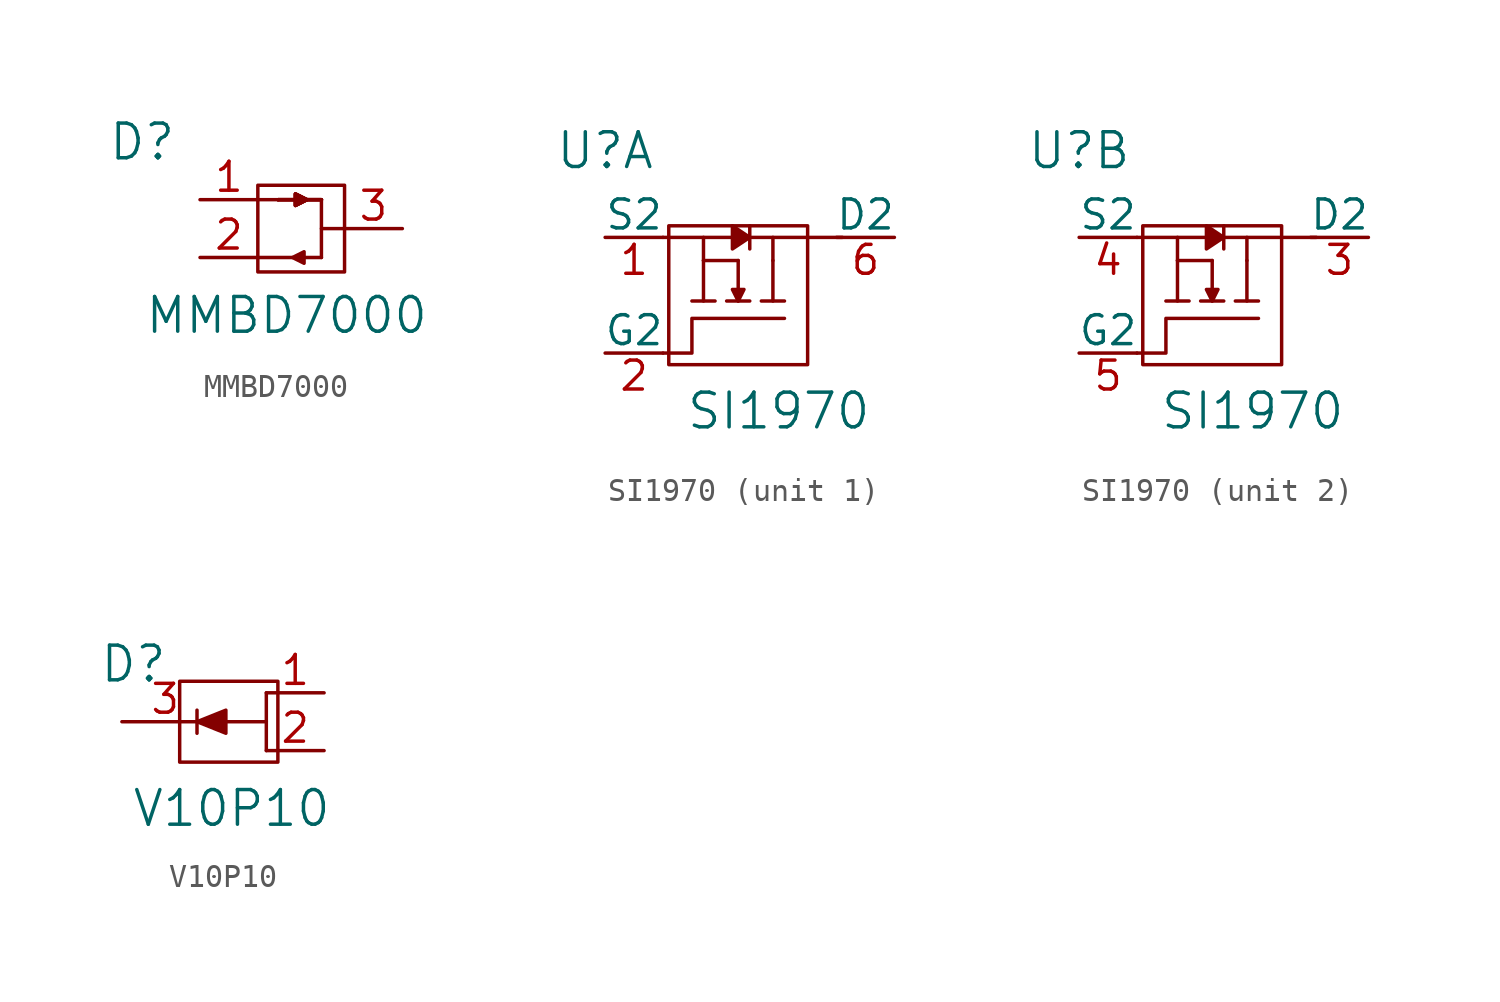
<source format=kicad_sym>
(kicad_symbol_lib
  (version 20241209)
  (generator "kicad_symbol_editor")
  (generator_version "9.0")
  (symbol "MMBD7000"
    (pin_names
      (offset 1.016))
    (property "Reference" "D"
      (at -6.35 3.81 0)
      (effects (font (size 1.524 1.524))))
    (property "Value" "MMBD7000"
      (at 0 -3.81 0)
      (effects (font (size 1.524 1.524))))
    (symbol "MMBD7000_0_1"
      (polyline (pts (xy -1.27 1.27) (xy -0.381 1.27)) (stroke (width 0) (type solid)) (fill (type none)))
      (polyline (pts (xy -1.27 1.27) (xy -1.27 1.905) (xy 0.508 1.905) (xy 2.54 1.905) (xy 2.54 0) (xy 2.54 -1.905) (xy 0.635 -1.905) (xy -1.27 -1.905) (xy -1.27 1.27)) (stroke (width 0) (type solid)) (fill (type none)))
      (polyline (pts (xy -0.381 1.27) (xy 0.381 1.27) (xy 0.381 1.524) (xy 0.889 1.27) (xy 0.381 1.016) (xy 0.381 1.27)) (stroke (width 0) (type solid)) (fill (type outline)))
      (polyline (pts (xy -0.381 1.27) (xy 0.381 1.27) (xy 0.381 1.524) (xy 0.889 1.27) (xy 0.381 1.016) (xy 0.381 1.27)) (stroke (width 0) (type solid)) (fill (type outline)))
      (polyline (pts (xy -0.381 1.27) (xy 0.381 1.27) (xy 0.381 1.524) (xy 0.889 1.27) (xy 0.381 1.016) (xy 0.381 1.27)) (stroke (width 0) (type solid)) (fill (type outline)))
      (polyline (pts (xy -0.381 1.27) (xy 0.381 1.27) (xy 0.381 1.524) (xy 0.889 1.27) (xy 0.381 1.016) (xy 0.381 1.27)) (stroke (width 0) (type solid)) (fill (type outline)))
      (polyline (pts (xy 0.254 -1.27) (xy -1.27 -1.27)) (stroke (width 0) (type solid)) (fill (type none)))
      (polyline (pts (xy 0.889 1.27) (xy 1.524 1.27)) (stroke (width 0) (type solid)) (fill (type none)))
      (polyline (pts (xy 0.889 1.27) (xy 1.524 1.27)) (stroke (width 0) (type solid)) (fill (type none)))
      (polyline (pts (xy 0.889 1.27) (xy 1.524 1.27)) (stroke (width 0) (type solid)) (fill (type none)))
      (polyline (pts (xy 0.889 1.27) (xy 1.524 1.27)) (stroke (width 0) (type solid)) (fill (type none)))
      (polyline (pts (xy 1.524 1.27) (xy 1.524 -1.27)) (stroke (width 0) (type solid)) (fill (type none)))
      (polyline (pts (xy 1.524 0) (xy 2.54 0)) (stroke (width 0) (type solid)) (fill (type none)))
      (polyline (pts (xy 1.524 -1.27) (xy 0.762 -1.27) (xy 0.762 -1.016) (xy 0.254 -1.27) (xy 0.762 -1.524) (xy 0.762 -1.27)) (stroke (width 0) (type solid)) (fill (type outline))))
    (symbol "MMBD7000_1_1"
      (pin passive line (at -3.81 1.27 0) (length 2.54) (name "~" (effects (font (size 1.27 1.27)))) (number "1" (effects (font (size 1.27 1.27)))))
      (pin passive line (at -3.81 -1.27 0) (length 2.54) (name "~" (effects (font (size 1.27 1.27)))) (number "2" (effects (font (size 1.27 1.27)))))
      (pin input line (at 5.08 0 180) (length 2.54) (name "~" (effects (font (size 1.27 1.27)))) (number "3" (effects (font (size 1.27 1.27)))))))
  (symbol "SI1970"
    (pin_names
      (offset 0))
    (property "Reference" "U"
      (at -10.16 3.81 0)
      (effects (font (size 1.524 1.524))))
    (property "Value" "SI1970"
      (at -2.54 -7.62 0)
      (effects (font (size 1.524 1.524))))
    (symbol "SI1970_0_1"
      (rectangle (start -7.366 0.508) (end -1.27 -5.588) (stroke (width 0) (type solid)) (fill (type none)))
      (polyline (pts (xy -6.35 -2.794) (xy -5.334 -2.794)) (stroke (width 0) (type solid)) (fill (type none)))
      (polyline (pts (xy -5.842 0) (xy -7.62 0)) (stroke (width 0) (type solid)) (fill (type none)))
      (polyline (pts (xy -5.842 -1.016) (xy -4.318 -1.016)) (stroke (width 0) (type solid)) (fill (type none)))
      (polyline (pts (xy -5.842 -1.016) (xy -5.842 0) (xy -2.794 0) (xy -2.794 -1.016)) (stroke (width 0) (type solid)) (fill (type none)))
      (polyline (pts (xy -5.842 -2.794) (xy -5.842 -1.016)) (stroke (width 0) (type solid)) (fill (type none)))
      (polyline (pts (xy -4.826 -2.794) (xy -3.81 -2.794)) (stroke (width 0) (type solid)) (fill (type none)))
      (polyline (pts (xy -4.572 0) (xy -4.572 0.508) (xy -3.81 0) (xy -4.572 -0.508) (xy -4.572 0)) (stroke (width 0) (type solid)) (fill (type outline)))
      (polyline (pts (xy -4.318 -2.794) (xy -4.318 -1.016)) (stroke (width 0) (type solid)) (fill (type none)))
      (polyline (pts (xy -4.318 -2.794) (xy -4.572 -2.286) (xy -4.064 -2.286) (xy -4.318 -2.794)) (stroke (width 0) (type solid)) (fill (type outline)))
      (polyline (pts (xy -3.81 -0.508) (xy -3.81 0.508)) (stroke (width 0) (type solid)) (fill (type none)))
      (polyline (pts (xy -3.302 -2.794) (xy -2.286 -2.794)) (stroke (width 0) (type solid)) (fill (type none)))
      (polyline (pts (xy -2.794 0) (xy 0.254 0)) (stroke (width 0) (type solid)) (fill (type none)))
      (polyline (pts (xy -2.794 -2.794) (xy -2.794 -1.016)) (stroke (width 0) (type solid)) (fill (type none)))
      (polyline (pts (xy -2.286 -3.556) (xy -6.35 -3.556) (xy -6.35 -5.08) (xy -7.62 -5.08)) (stroke (width 0) (type solid)) (fill (type none))))
    (symbol "SI1970_1_1"
      (pin passive line (at -10.16 0 0) (length 2.54) (name "S2" (effects (font (size 1.27 1.27)))) (number "1" (effects (font (size 1.27 1.27)))))
      (pin passive line (at -10.16 -5.08 0) (length 2.54) (name "G2" (effects (font (size 1.27 1.27)))) (number "2" (effects (font (size 1.27 1.27)))))
      (pin passive line (at 2.54 0 180) (length 2.54) (name "D2" (effects (font (size 1.27 1.27)))) (number "6" (effects (font (size 1.27 1.27))))))
    (symbol "SI1970_2_1"
      (pin passive line (at -10.16 0 0) (length 2.54) (name "S2" (effects (font (size 1.27 1.27)))) (number "4" (effects (font (size 1.27 1.27)))))
      (pin passive line (at -10.16 -5.08 0) (length 2.54) (name "G2" (effects (font (size 1.27 1.27)))) (number "5" (effects (font (size 1.27 1.27)))))
      (pin passive line (at 2.54 0 180) (length 2.54) (name "D2" (effects (font (size 1.27 1.27)))) (number "3" (effects (font (size 1.27 1.27)))))))
  (symbol "V10P10"
    (pin_names
      (offset 0)
      (hide yes))
    (property "Reference" "D"
      (at -3.302 2.54 0)
      (effects (font (size 1.524 1.524))))
    (property "Value" "V10P10"
      (at 1.016 -3.81 0)
      (effects (font (size 1.524 1.524))))
    (symbol "V10P10_0_1"
      (rectangle (start -1.27 1.778) (end 3.048 -1.778) (stroke (width 0) (type solid)) (fill (type none)))
      (polyline (pts (xy -0.508 0.508) (xy -0.508 -0.508)) (stroke (width 0) (type solid)) (fill (type none)))
      (polyline (pts (xy -0.508 0) (xy 0.762 0.508) (xy 0.762 -0.508) (xy -0.508 0)) (stroke (width 0) (type solid)) (fill (type outline)))
      (polyline (pts (xy 2.54 1.27) (xy 2.54 -1.27)) (stroke (width 0) (type solid)) (fill (type none)))
      (polyline (pts (xy 2.54 0) (xy 0 0)) (stroke (width 0) (type solid)) (fill (type none))))
    (symbol "V10P10_1_1"
      (pin passive line (at -3.81 0 0) (length 3.81) (name "K" (effects (font (size 1.27 1.27)))) (number "3" (effects (font (size 1.27 1.27)))))
      (pin passive line (at 5.08 1.27 180) (length 2.54) (name "A" (effects (font (size 1.27 1.27)))) (number "1" (effects (font (size 1.27 1.27)))))
      (pin passive line (at 5.08 -1.27 180) (length 2.54) (name "A" (effects (font (size 1.27 1.27)))) (number "2" (effects (font (size 1.27 1.27))))))))
</source>
